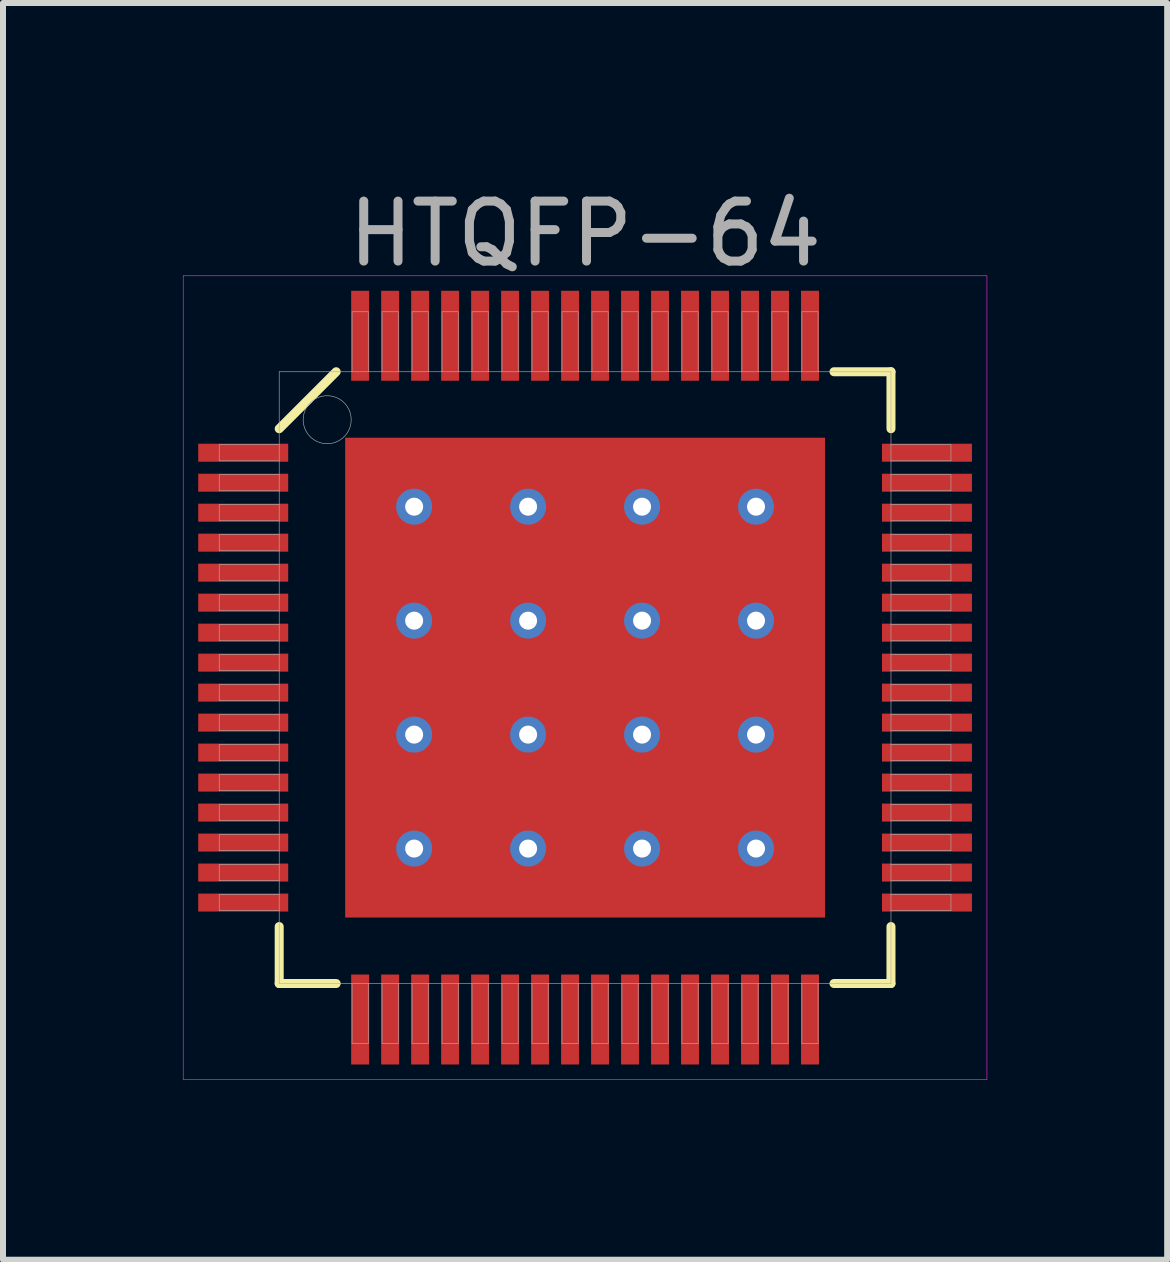
<source format=kicad_pcb>
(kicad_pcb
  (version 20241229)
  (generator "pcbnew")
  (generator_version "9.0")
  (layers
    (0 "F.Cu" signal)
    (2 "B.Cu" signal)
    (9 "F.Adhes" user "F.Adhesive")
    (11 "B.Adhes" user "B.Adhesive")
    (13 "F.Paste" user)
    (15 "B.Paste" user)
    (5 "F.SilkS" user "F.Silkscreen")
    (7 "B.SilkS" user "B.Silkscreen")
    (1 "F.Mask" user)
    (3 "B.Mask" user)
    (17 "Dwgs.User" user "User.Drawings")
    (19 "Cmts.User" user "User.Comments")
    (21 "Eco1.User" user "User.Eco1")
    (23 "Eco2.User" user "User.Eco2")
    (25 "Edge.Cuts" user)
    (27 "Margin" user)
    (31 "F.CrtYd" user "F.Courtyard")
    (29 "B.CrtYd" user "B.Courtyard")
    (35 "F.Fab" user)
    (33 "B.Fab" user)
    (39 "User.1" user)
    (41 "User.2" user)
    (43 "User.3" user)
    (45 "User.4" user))
  (footprint "HTQFP-64"
    (layer "F.Cu")
    (at 6.705 8.248)
    (property "Reference" "HTQFP-64" (at 0 -7.4 0) (layer "F.Fab") (effects (font (size 1 1) (thickness 0.15))))
    (attr through_hole)
    (fp_line (start -5.1 -4.15) (end -4.15 -5.1) (stroke (width 0.15) (type solid)) (layer "F.SilkS"))
    (fp_line (start -5.1 5.1) (end -5.1 4.15) (stroke (width 0.15) (type solid)) (layer "F.SilkS"))
    (fp_line (start -4.15 5.1) (end -5.1 5.1) (stroke (width 0.15) (type solid)) (layer "F.SilkS"))
    (fp_line (start 4.15 -5.1) (end 5.1 -5.1) (stroke (width 0.15) (type solid)) (layer "F.SilkS"))
    (fp_line (start 4.15 5.1) (end 5.1 5.1) (stroke (width 0.15) (type solid)) (layer "F.SilkS"))
    (fp_line (start 5.1 -5.1) (end 5.1 -4.15) (stroke (width 0.15) (type solid)) (layer "F.SilkS"))
    (fp_line (start 5.1 5.1) (end 5.1 4.15) (stroke (width 0.15) (type solid)) (layer "F.SilkS"))
    (fp_line (start -6.7 -6.7) (end 6.7 -6.7) (stroke (width 0.01) (type solid)) (layer "F.CrtYd"))
    (fp_line (start -6.7 6.7) (end -6.7 -6.7) (stroke (width 0.01) (type solid)) (layer "F.CrtYd"))
    (fp_line (start 6.7 -6.7) (end 6.7 6.7) (stroke (width 0.01) (type solid)) (layer "F.CrtYd"))
    (fp_line (start 6.7 6.7) (end -6.7 6.7) (stroke (width 0.01) (type solid)) (layer "F.CrtYd"))
    (fp_line (start -6.1 -3.885) (end -5.1 -3.885) (stroke (width 0.01) (type solid)) (layer "F.Fab"))
    (fp_line (start -6.1 -3.615) (end -6.1 -3.885) (stroke (width 0.01) (type solid)) (layer "F.Fab"))
    (fp_line (start -6.1 -3.385) (end -5.1 -3.385) (stroke (width 0.01) (type solid)) (layer "F.Fab"))
    (fp_line (start -6.1 -3.115) (end -6.1 -3.385) (stroke (width 0.01) (type solid)) (layer "F.Fab"))
    (fp_line (start -6.1 -2.885) (end -5.1 -2.885) (stroke (width 0.01) (type solid)) (layer "F.Fab"))
    (fp_line (start -6.1 -2.615) (end -6.1 -2.885) (stroke (width 0.01) (type solid)) (layer "F.Fab"))
    (fp_line (start -6.1 -2.385) (end -5.1 -2.385) (stroke (width 0.01) (type solid)) (layer "F.Fab"))
    (fp_line (start -6.1 -2.115) (end -6.1 -2.385) (stroke (width 0.01) (type solid)) (layer "F.Fab"))
    (fp_line (start -6.1 -1.885) (end -5.1 -1.885) (stroke (width 0.01) (type solid)) (layer "F.Fab"))
    (fp_line (start -6.1 -1.615) (end -6.1 -1.885) (stroke (width 0.01) (type solid)) (layer "F.Fab"))
    (fp_line (start -6.1 -1.385) (end -5.1 -1.385) (stroke (width 0.01) (type solid)) (layer "F.Fab"))
    (fp_line (start -6.1 -1.115) (end -6.1 -1.385) (stroke (width 0.01) (type solid)) (layer "F.Fab"))
    (fp_line (start -6.1 -0.885) (end -5.1 -0.885) (stroke (width 0.01) (type solid)) (layer "F.Fab"))
    (fp_line (start -6.1 -0.615) (end -6.1 -0.885) (stroke (width 0.01) (type solid)) (layer "F.Fab"))
    (fp_line (start -6.1 -0.385) (end -5.1 -0.385) (stroke (width 0.01) (type solid)) (layer "F.Fab"))
    (fp_line (start -6.1 -0.115) (end -6.1 -0.385) (stroke (width 0.01) (type solid)) (layer "F.Fab"))
    (fp_line (start -6.1 0.115) (end -5.1 0.115) (stroke (width 0.01) (type solid)) (layer "F.Fab"))
    (fp_line (start -6.1 0.385) (end -6.1 0.115) (stroke (width 0.01) (type solid)) (layer "F.Fab"))
    (fp_line (start -6.1 0.615) (end -5.1 0.615) (stroke (width 0.01) (type solid)) (layer "F.Fab"))
    (fp_line (start -6.1 0.885) (end -6.1 0.615) (stroke (width 0.01) (type solid)) (layer "F.Fab"))
    (fp_line (start -6.1 1.115) (end -5.1 1.115) (stroke (width 0.01) (type solid)) (layer "F.Fab"))
    (fp_line (start -6.1 1.385) (end -6.1 1.115) (stroke (width 0.01) (type solid)) (layer "F.Fab"))
    (fp_line (start -6.1 1.615) (end -5.1 1.615) (stroke (width 0.01) (type solid)) (layer "F.Fab"))
    (fp_line (start -6.1 1.885) (end -6.1 1.615) (stroke (width 0.01) (type solid)) (layer "F.Fab"))
    (fp_line (start -6.1 2.115) (end -5.1 2.115) (stroke (width 0.01) (type solid)) (layer "F.Fab"))
    (fp_line (start -6.1 2.385) (end -6.1 2.115) (stroke (width 0.01) (type solid)) (layer "F.Fab"))
    (fp_line (start -6.1 2.615) (end -5.1 2.615) (stroke (width 0.01) (type solid)) (layer "F.Fab"))
    (fp_line (start -6.1 2.885) (end -6.1 2.615) (stroke (width 0.01) (type solid)) (layer "F.Fab"))
    (fp_line (start -6.1 3.115) (end -5.1 3.115) (stroke (width 0.01) (type solid)) (layer "F.Fab"))
    (fp_line (start -6.1 3.385) (end -6.1 3.115) (stroke (width 0.01) (type solid)) (layer "F.Fab"))
    (fp_line (start -6.1 3.615) (end -5.1 3.615) (stroke (width 0.01) (type solid)) (layer "F.Fab"))
    (fp_line (start -6.1 3.885) (end -6.1 3.615) (stroke (width 0.01) (type solid)) (layer "F.Fab"))
    (fp_line (start -5.1 -5.1) (end 5.1 -5.1) (stroke (width 0.01) (type solid)) (layer "F.Fab"))
    (fp_line (start -5.1 -3.615) (end -6.1 -3.615) (stroke (width 0.01) (type solid)) (layer "F.Fab"))
    (fp_line (start -5.1 -3.115) (end -6.1 -3.115) (stroke (width 0.01) (type solid)) (layer "F.Fab"))
    (fp_line (start -5.1 -2.615) (end -6.1 -2.615) (stroke (width 0.01) (type solid)) (layer "F.Fab"))
    (fp_line (start -5.1 -2.115) (end -6.1 -2.115) (stroke (width 0.01) (type solid)) (layer "F.Fab"))
    (fp_line (start -5.1 -1.615) (end -6.1 -1.615) (stroke (width 0.01) (type solid)) (layer "F.Fab"))
    (fp_line (start -5.1 -1.115) (end -6.1 -1.115) (stroke (width 0.01) (type solid)) (layer "F.Fab"))
    (fp_line (start -5.1 -0.615) (end -6.1 -0.615) (stroke (width 0.01) (type solid)) (layer "F.Fab"))
    (fp_line (start -5.1 -0.115) (end -6.1 -0.115) (stroke (width 0.01) (type solid)) (layer "F.Fab"))
    (fp_line (start -5.1 0.385) (end -6.1 0.385) (stroke (width 0.01) (type solid)) (layer "F.Fab"))
    (fp_line (start -5.1 0.885) (end -6.1 0.885) (stroke (width 0.01) (type solid)) (layer "F.Fab"))
    (fp_line (start -5.1 1.385) (end -6.1 1.385) (stroke (width 0.01) (type solid)) (layer "F.Fab"))
    (fp_line (start -5.1 1.885) (end -6.1 1.885) (stroke (width 0.01) (type solid)) (layer "F.Fab"))
    (fp_line (start -5.1 2.385) (end -6.1 2.385) (stroke (width 0.01) (type solid)) (layer "F.Fab"))
    (fp_line (start -5.1 2.885) (end -6.1 2.885) (stroke (width 0.01) (type solid)) (layer "F.Fab"))
    (fp_line (start -5.1 3.385) (end -6.1 3.385) (stroke (width 0.01) (type solid)) (layer "F.Fab"))
    (fp_line (start -5.1 3.885) (end -6.1 3.885) (stroke (width 0.01) (type solid)) (layer "F.Fab"))
    (fp_line (start -5.1 5.1) (end -5.1 -5.1) (stroke (width 0.01) (type solid)) (layer "F.Fab"))
    (fp_line (start -3.885 -6.1) (end -3.615 -6.1) (stroke (width 0.01) (type solid)) (layer "F.Fab"))
    (fp_line (start -3.885 -5.1) (end -3.885 -6.1) (stroke (width 0.01) (type solid)) (layer "F.Fab"))
    (fp_line (start -3.885 6.1) (end -3.885 5.1) (stroke (width 0.01) (type solid)) (layer "F.Fab"))
    (fp_line (start -3.615 -6.1) (end -3.615 -5.1) (stroke (width 0.01) (type solid)) (layer "F.Fab"))
    (fp_line (start -3.615 5.1) (end -3.615 6.1) (stroke (width 0.01) (type solid)) (layer "F.Fab"))
    (fp_line (start -3.615 6.1) (end -3.885 6.1) (stroke (width 0.01) (type solid)) (layer "F.Fab"))
    (fp_line (start -3.385 -6.1) (end -3.115 -6.1) (stroke (width 0.01) (type solid)) (layer "F.Fab"))
    (fp_line (start -3.385 -5.1) (end -3.385 -6.1) (stroke (width 0.01) (type solid)) (layer "F.Fab"))
    (fp_line (start -3.385 6.1) (end -3.385 5.1) (stroke (width 0.01) (type solid)) (layer "F.Fab"))
    (fp_line (start -3.115 -6.1) (end -3.115 -5.1) (stroke (width 0.01) (type solid)) (layer "F.Fab"))
    (fp_line (start -3.115 5.1) (end -3.115 6.1) (stroke (width 0.01) (type solid)) (layer "F.Fab"))
    (fp_line (start -3.115 6.1) (end -3.385 6.1) (stroke (width 0.01) (type solid)) (layer "F.Fab"))
    (fp_line (start -2.885 -6.1) (end -2.615 -6.1) (stroke (width 0.01) (type solid)) (layer "F.Fab"))
    (fp_line (start -2.885 -5.1) (end -2.885 -6.1) (stroke (width 0.01) (type solid)) (layer "F.Fab"))
    (fp_line (start -2.885 6.1) (end -2.885 5.1) (stroke (width 0.01) (type solid)) (layer "F.Fab"))
    (fp_line (start -2.615 -6.1) (end -2.615 -5.1) (stroke (width 0.01) (type solid)) (layer "F.Fab"))
    (fp_line (start -2.615 5.1) (end -2.615 6.1) (stroke (width 0.01) (type solid)) (layer "F.Fab"))
    (fp_line (start -2.615 6.1) (end -2.885 6.1) (stroke (width 0.01) (type solid)) (layer "F.Fab"))
    (fp_line (start -2.385 -6.1) (end -2.115 -6.1) (stroke (width 0.01) (type solid)) (layer "F.Fab"))
    (fp_line (start -2.385 -5.1) (end -2.385 -6.1) (stroke (width 0.01) (type solid)) (layer "F.Fab"))
    (fp_line (start -2.385 6.1) (end -2.385 5.1) (stroke (width 0.01) (type solid)) (layer "F.Fab"))
    (fp_line (start -2.115 -6.1) (end -2.115 -5.1) (stroke (width 0.01) (type solid)) (layer "F.Fab"))
    (fp_line (start -2.115 5.1) (end -2.115 6.1) (stroke (width 0.01) (type solid)) (layer "F.Fab"))
    (fp_line (start -2.115 6.1) (end -2.385 6.1) (stroke (width 0.01) (type solid)) (layer "F.Fab"))
    (fp_line (start -1.885 -6.1) (end -1.615 -6.1) (stroke (width 0.01) (type solid)) (layer "F.Fab"))
    (fp_line (start -1.885 -5.1) (end -1.885 -6.1) (stroke (width 0.01) (type solid)) (layer "F.Fab"))
    (fp_line (start -1.885 6.1) (end -1.885 5.1) (stroke (width 0.01) (type solid)) (layer "F.Fab"))
    (fp_line (start -1.615 -6.1) (end -1.615 -5.1) (stroke (width 0.01) (type solid)) (layer "F.Fab"))
    (fp_line (start -1.615 5.1) (end -1.615 6.1) (stroke (width 0.01) (type solid)) (layer "F.Fab"))
    (fp_line (start -1.615 6.1) (end -1.885 6.1) (stroke (width 0.01) (type solid)) (layer "F.Fab"))
    (fp_line (start -1.385 -6.1) (end -1.115 -6.1) (stroke (width 0.01) (type solid)) (layer "F.Fab"))
    (fp_line (start -1.385 -5.1) (end -1.385 -6.1) (stroke (width 0.01) (type solid)) (layer "F.Fab"))
    (fp_line (start -1.385 6.1) (end -1.385 5.1) (stroke (width 0.01) (type solid)) (layer "F.Fab"))
    (fp_line (start -1.115 -6.1) (end -1.115 -5.1) (stroke (width 0.01) (type solid)) (layer "F.Fab"))
    (fp_line (start -1.115 5.1) (end -1.115 6.1) (stroke (width 0.01) (type solid)) (layer "F.Fab"))
    (fp_line (start -1.115 6.1) (end -1.385 6.1) (stroke (width 0.01) (type solid)) (layer "F.Fab"))
    (fp_line (start -0.885 -6.1) (end -0.615 -6.1) (stroke (width 0.01) (type solid)) (layer "F.Fab"))
    (fp_line (start -0.885 -5.1) (end -0.885 -6.1) (stroke (width 0.01) (type solid)) (layer "F.Fab"))
    (fp_line (start -0.885 6.1) (end -0.885 5.1) (stroke (width 0.01) (type solid)) (layer "F.Fab"))
    (fp_line (start -0.615 -6.1) (end -0.615 -5.1) (stroke (width 0.01) (type solid)) (layer "F.Fab"))
    (fp_line (start -0.615 5.1) (end -0.615 6.1) (stroke (width 0.01) (type solid)) (layer "F.Fab"))
    (fp_line (start -0.615 6.1) (end -0.885 6.1) (stroke (width 0.01) (type solid)) (layer "F.Fab"))
    (fp_line (start -0.385 -6.1) (end -0.115 -6.1) (stroke (width 0.01) (type solid)) (layer "F.Fab"))
    (fp_line (start -0.385 -5.1) (end -0.385 -6.1) (stroke (width 0.01) (type solid)) (layer "F.Fab"))
    (fp_line (start -0.385 6.1) (end -0.385 5.1) (stroke (width 0.01) (type solid)) (layer "F.Fab"))
    (fp_line (start -0.115 -6.1) (end -0.115 -5.1) (stroke (width 0.01) (type solid)) (layer "F.Fab"))
    (fp_line (start -0.115 5.1) (end -0.115 6.1) (stroke (width 0.01) (type solid)) (layer "F.Fab"))
    (fp_line (start -0.115 6.1) (end -0.385 6.1) (stroke (width 0.01) (type solid)) (layer "F.Fab"))
    (fp_line (start 0.115 -6.1) (end 0.385 -6.1) (stroke (width 0.01) (type solid)) (layer "F.Fab"))
    (fp_line (start 0.115 -5.1) (end 0.115 -6.1) (stroke (width 0.01) (type solid)) (layer "F.Fab"))
    (fp_line (start 0.115 6.1) (end 0.115 5.1) (stroke (width 0.01) (type solid)) (layer "F.Fab"))
    (fp_line (start 0.385 -6.1) (end 0.385 -5.1) (stroke (width 0.01) (type solid)) (layer "F.Fab"))
    (fp_line (start 0.385 5.1) (end 0.385 6.1) (stroke (width 0.01) (type solid)) (layer "F.Fab"))
    (fp_line (start 0.385 6.1) (end 0.115 6.1) (stroke (width 0.01) (type solid)) (layer "F.Fab"))
    (fp_line (start 0.615 -6.1) (end 0.885 -6.1) (stroke (width 0.01) (type solid)) (layer "F.Fab"))
    (fp_line (start 0.615 -5.1) (end 0.615 -6.1) (stroke (width 0.01) (type solid)) (layer "F.Fab"))
    (fp_line (start 0.615 6.1) (end 0.615 5.1) (stroke (width 0.01) (type solid)) (layer "F.Fab"))
    (fp_line (start 0.885 -6.1) (end 0.885 -5.1) (stroke (width 0.01) (type solid)) (layer "F.Fab"))
    (fp_line (start 0.885 5.1) (end 0.885 6.1) (stroke (width 0.01) (type solid)) (layer "F.Fab"))
    (fp_line (start 0.885 6.1) (end 0.615 6.1) (stroke (width 0.01) (type solid)) (layer "F.Fab"))
    (fp_line (start 1.115 -6.1) (end 1.385 -6.1) (stroke (width 0.01) (type solid)) (layer "F.Fab"))
    (fp_line (start 1.115 -5.1) (end 1.115 -6.1) (stroke (width 0.01) (type solid)) (layer "F.Fab"))
    (fp_line (start 1.115 6.1) (end 1.115 5.1) (stroke (width 0.01) (type solid)) (layer "F.Fab"))
    (fp_line (start 1.385 -6.1) (end 1.385 -5.1) (stroke (width 0.01) (type solid)) (layer "F.Fab"))
    (fp_line (start 1.385 5.1) (end 1.385 6.1) (stroke (width 0.01) (type solid)) (layer "F.Fab"))
    (fp_line (start 1.385 6.1) (end 1.115 6.1) (stroke (width 0.01) (type solid)) (layer "F.Fab"))
    (fp_line (start 1.615 -6.1) (end 1.885 -6.1) (stroke (width 0.01) (type solid)) (layer "F.Fab"))
    (fp_line (start 1.615 -5.1) (end 1.615 -6.1) (stroke (width 0.01) (type solid)) (layer "F.Fab"))
    (fp_line (start 1.615 6.1) (end 1.615 5.1) (stroke (width 0.01) (type solid)) (layer "F.Fab"))
    (fp_line (start 1.885 -6.1) (end 1.885 -5.1) (stroke (width 0.01) (type solid)) (layer "F.Fab"))
    (fp_line (start 1.885 5.1) (end 1.885 6.1) (stroke (width 0.01) (type solid)) (layer "F.Fab"))
    (fp_line (start 1.885 6.1) (end 1.615 6.1) (stroke (width 0.01) (type solid)) (layer "F.Fab"))
    (fp_line (start 2.115 -6.1) (end 2.385 -6.1) (stroke (width 0.01) (type solid)) (layer "F.Fab"))
    (fp_line (start 2.115 -5.1) (end 2.115 -6.1) (stroke (width 0.01) (type solid)) (layer "F.Fab"))
    (fp_line (start 2.115 6.1) (end 2.115 5.1) (stroke (width 0.01) (type solid)) (layer "F.Fab"))
    (fp_line (start 2.385 -6.1) (end 2.385 -5.1) (stroke (width 0.01) (type solid)) (layer "F.Fab"))
    (fp_line (start 2.385 5.1) (end 2.385 6.1) (stroke (width 0.01) (type solid)) (layer "F.Fab"))
    (fp_line (start 2.385 6.1) (end 2.115 6.1) (stroke (width 0.01) (type solid)) (layer "F.Fab"))
    (fp_line (start 2.615 -6.1) (end 2.885 -6.1) (stroke (width 0.01) (type solid)) (layer "F.Fab"))
    (fp_line (start 2.615 -5.1) (end 2.615 -6.1) (stroke (width 0.01) (type solid)) (layer "F.Fab"))
    (fp_line (start 2.615 6.1) (end 2.615 5.1) (stroke (width 0.01) (type solid)) (layer "F.Fab"))
    (fp_line (start 2.885 -6.1) (end 2.885 -5.1) (stroke (width 0.01) (type solid)) (layer "F.Fab"))
    (fp_line (start 2.885 5.1) (end 2.885 6.1) (stroke (width 0.01) (type solid)) (layer "F.Fab"))
    (fp_line (start 2.885 6.1) (end 2.615 6.1) (stroke (width 0.01) (type solid)) (layer "F.Fab"))
    (fp_line (start 3.115 -6.1) (end 3.385 -6.1) (stroke (width 0.01) (type solid)) (layer "F.Fab"))
    (fp_line (start 3.115 -5.1) (end 3.115 -6.1) (stroke (width 0.01) (type solid)) (layer "F.Fab"))
    (fp_line (start 3.115 6.1) (end 3.115 5.1) (stroke (width 0.01) (type solid)) (layer "F.Fab"))
    (fp_line (start 3.385 -6.1) (end 3.385 -5.1) (stroke (width 0.01) (type solid)) (layer "F.Fab"))
    (fp_line (start 3.385 5.1) (end 3.385 6.1) (stroke (width 0.01) (type solid)) (layer "F.Fab"))
    (fp_line (start 3.385 6.1) (end 3.115 6.1) (stroke (width 0.01) (type solid)) (layer "F.Fab"))
    (fp_line (start 3.615 -6.1) (end 3.885 -6.1) (stroke (width 0.01) (type solid)) (layer "F.Fab"))
    (fp_line (start 3.615 -5.1) (end 3.615 -6.1) (stroke (width 0.01) (type solid)) (layer "F.Fab"))
    (fp_line (start 3.615 6.1) (end 3.615 5.1) (stroke (width 0.01) (type solid)) (layer "F.Fab"))
    (fp_line (start 3.885 -6.1) (end 3.885 -5.1) (stroke (width 0.01) (type solid)) (layer "F.Fab"))
    (fp_line (start 3.885 5.1) (end 3.885 6.1) (stroke (width 0.01) (type solid)) (layer "F.Fab"))
    (fp_line (start 3.885 6.1) (end 3.615 6.1) (stroke (width 0.01) (type solid)) (layer "F.Fab"))
    (fp_line (start 5.1 -5.1) (end 5.1 5.1) (stroke (width 0.01) (type solid)) (layer "F.Fab"))
    (fp_line (start 5.1 -3.885) (end 6.1 -3.885) (stroke (width 0.01) (type solid)) (layer "F.Fab"))
    (fp_line (start 5.1 -3.385) (end 6.1 -3.385) (stroke (width 0.01) (type solid)) (layer "F.Fab"))
    (fp_line (start 5.1 -2.885) (end 6.1 -2.885) (stroke (width 0.01) (type solid)) (layer "F.Fab"))
    (fp_line (start 5.1 -2.385) (end 6.1 -2.385) (stroke (width 0.01) (type solid)) (layer "F.Fab"))
    (fp_line (start 5.1 -1.885) (end 6.1 -1.885) (stroke (width 0.01) (type solid)) (layer "F.Fab"))
    (fp_line (start 5.1 -1.385) (end 6.1 -1.385) (stroke (width 0.01) (type solid)) (layer "F.Fab"))
    (fp_line (start 5.1 -0.885) (end 6.1 -0.885) (stroke (width 0.01) (type solid)) (layer "F.Fab"))
    (fp_line (start 5.1 -0.385) (end 6.1 -0.385) (stroke (width 0.01) (type solid)) (layer "F.Fab"))
    (fp_line (start 5.1 0.115) (end 6.1 0.115) (stroke (width 0.01) (type solid)) (layer "F.Fab"))
    (fp_line (start 5.1 0.615) (end 6.1 0.615) (stroke (width 0.01) (type solid)) (layer "F.Fab"))
    (fp_line (start 5.1 1.115) (end 6.1 1.115) (stroke (width 0.01) (type solid)) (layer "F.Fab"))
    (fp_line (start 5.1 1.615) (end 6.1 1.615) (stroke (width 0.01) (type solid)) (layer "F.Fab"))
    (fp_line (start 5.1 2.115) (end 6.1 2.115) (stroke (width 0.01) (type solid)) (layer "F.Fab"))
    (fp_line (start 5.1 2.615) (end 6.1 2.615) (stroke (width 0.01) (type solid)) (layer "F.Fab"))
    (fp_line (start 5.1 3.115) (end 6.1 3.115) (stroke (width 0.01) (type solid)) (layer "F.Fab"))
    (fp_line (start 5.1 3.615) (end 6.1 3.615) (stroke (width 0.01) (type solid)) (layer "F.Fab"))
    (fp_line (start 5.1 5.1) (end -5.1 5.1) (stroke (width 0.01) (type solid)) (layer "F.Fab"))
    (fp_line (start 6.1 -3.885) (end 6.1 -3.615) (stroke (width 0.01) (type solid)) (layer "F.Fab"))
    (fp_line (start 6.1 -3.615) (end 5.1 -3.615) (stroke (width 0.01) (type solid)) (layer "F.Fab"))
    (fp_line (start 6.1 -3.385) (end 6.1 -3.115) (stroke (width 0.01) (type solid)) (layer "F.Fab"))
    (fp_line (start 6.1 -3.115) (end 5.1 -3.115) (stroke (width 0.01) (type solid)) (layer "F.Fab"))
    (fp_line (start 6.1 -2.885) (end 6.1 -2.615) (stroke (width 0.01) (type solid)) (layer "F.Fab"))
    (fp_line (start 6.1 -2.615) (end 5.1 -2.615) (stroke (width 0.01) (type solid)) (layer "F.Fab"))
    (fp_line (start 6.1 -2.385) (end 6.1 -2.115) (stroke (width 0.01) (type solid)) (layer "F.Fab"))
    (fp_line (start 6.1 -2.115) (end 5.1 -2.115) (stroke (width 0.01) (type solid)) (layer "F.Fab"))
    (fp_line (start 6.1 -1.885) (end 6.1 -1.615) (stroke (width 0.01) (type solid)) (layer "F.Fab"))
    (fp_line (start 6.1 -1.615) (end 5.1 -1.615) (stroke (width 0.01) (type solid)) (layer "F.Fab"))
    (fp_line (start 6.1 -1.385) (end 6.1 -1.115) (stroke (width 0.01) (type solid)) (layer "F.Fab"))
    (fp_line (start 6.1 -1.115) (end 5.1 -1.115) (stroke (width 0.01) (type solid)) (layer "F.Fab"))
    (fp_line (start 6.1 -0.885) (end 6.1 -0.615) (stroke (width 0.01) (type solid)) (layer "F.Fab"))
    (fp_line (start 6.1 -0.615) (end 5.1 -0.615) (stroke (width 0.01) (type solid)) (layer "F.Fab"))
    (fp_line (start 6.1 -0.385) (end 6.1 -0.115) (stroke (width 0.01) (type solid)) (layer "F.Fab"))
    (fp_line (start 6.1 -0.115) (end 5.1 -0.115) (stroke (width 0.01) (type solid)) (layer "F.Fab"))
    (fp_line (start 6.1 0.115) (end 6.1 0.385) (stroke (width 0.01) (type solid)) (layer "F.Fab"))
    (fp_line (start 6.1 0.385) (end 5.1 0.385) (stroke (width 0.01) (type solid)) (layer "F.Fab"))
    (fp_line (start 6.1 0.615) (end 6.1 0.885) (stroke (width 0.01) (type solid)) (layer "F.Fab"))
    (fp_line (start 6.1 0.885) (end 5.1 0.885) (stroke (width 0.01) (type solid)) (layer "F.Fab"))
    (fp_line (start 6.1 1.115) (end 6.1 1.385) (stroke (width 0.01) (type solid)) (layer "F.Fab"))
    (fp_line (start 6.1 1.385) (end 5.1 1.385) (stroke (width 0.01) (type solid)) (layer "F.Fab"))
    (fp_line (start 6.1 1.615) (end 6.1 1.885) (stroke (width 0.01) (type solid)) (layer "F.Fab"))
    (fp_line (start 6.1 1.885) (end 5.1 1.885) (stroke (width 0.01) (type solid)) (layer "F.Fab"))
    (fp_line (start 6.1 2.115) (end 6.1 2.385) (stroke (width 0.01) (type solid)) (layer "F.Fab"))
    (fp_line (start 6.1 2.385) (end 5.1 2.385) (stroke (width 0.01) (type solid)) (layer "F.Fab"))
    (fp_line (start 6.1 2.615) (end 6.1 2.885) (stroke (width 0.01) (type solid)) (layer "F.Fab"))
    (fp_line (start 6.1 2.885) (end 5.1 2.885) (stroke (width 0.01) (type solid)) (layer "F.Fab"))
    (fp_line (start 6.1 3.115) (end 6.1 3.385) (stroke (width 0.01) (type solid)) (layer "F.Fab"))
    (fp_line (start 6.1 3.385) (end 5.1 3.385) (stroke (width 0.01) (type solid)) (layer "F.Fab"))
    (fp_line (start 6.1 3.615) (end 6.1 3.885) (stroke (width 0.01) (type solid)) (layer "F.Fab"))
    (fp_line (start 6.1 3.885) (end 5.1 3.885) (stroke (width 0.01) (type solid)) (layer "F.Fab"))
    (fp_circle (center -4.3 -4.3) (end -4.3 -3.9) (stroke (width 0.01) (type solid)) (fill no) (layer "F.Fab"))
    (pad "" smd rect (at 0 0) (size 7 7) (layers "F.Mask"))
    (pad "" smd rect (at 0 0) (size 7 7) (layers "F.Paste"))
    (pad "1" smd rect (at -5.7 -3.75) (size 1.5 0.3) (layers "F.Cu" "F.Mask" "F.Paste"))
    (pad "2" smd rect (at -5.7 -3.25) (size 1.5 0.3) (layers "F.Cu" "F.Mask" "F.Paste"))
    (pad "3" smd rect (at -5.7 -2.75) (size 1.5 0.3) (layers "F.Cu" "F.Mask" "F.Paste"))
    (pad "4" smd rect (at -5.7 -2.25) (size 1.5 0.3) (layers "F.Cu" "F.Mask" "F.Paste"))
    (pad "5" smd rect (at -5.7 -1.75) (size 1.5 0.3) (layers "F.Cu" "F.Mask" "F.Paste"))
    (pad "6" smd rect (at -5.7 -1.25) (size 1.5 0.3) (layers "F.Cu" "F.Mask" "F.Paste"))
    (pad "7" smd rect (at -5.7 -0.75) (size 1.5 0.3) (layers "F.Cu" "F.Mask" "F.Paste"))
    (pad "8" smd rect (at -5.7 -0.25) (size 1.5 0.3) (layers "F.Cu" "F.Mask" "F.Paste"))
    (pad "9" smd rect (at -5.7 0.25) (size 1.5 0.3) (layers "F.Cu" "F.Mask" "F.Paste"))
    (pad "10" smd rect (at -5.7 0.75) (size 1.5 0.3) (layers "F.Cu" "F.Mask" "F.Paste"))
    (pad "11" smd rect (at -5.7 1.25) (size 1.5 0.3) (layers "F.Cu" "F.Mask" "F.Paste"))
    (pad "12" smd rect (at -5.7 1.75) (size 1.5 0.3) (layers "F.Cu" "F.Mask" "F.Paste"))
    (pad "13" smd rect (at -5.7 2.25) (size 1.5 0.3) (layers "F.Cu" "F.Mask" "F.Paste"))
    (pad "14" smd rect (at -5.7 2.75) (size 1.5 0.3) (layers "F.Cu" "F.Mask" "F.Paste"))
    (pad "15" smd rect (at -5.7 3.25) (size 1.5 0.3) (layers "F.Cu" "F.Mask" "F.Paste"))
    (pad "16" smd rect (at -5.7 3.75) (size 1.5 0.3) (layers "F.Cu" "F.Mask" "F.Paste"))
    (pad "17" smd rect (at -3.75 5.7) (size 0.3 1.5) (layers "F.Cu" "F.Mask" "F.Paste"))
    (pad "18" smd rect (at -3.25 5.7) (size 0.3 1.5) (layers "F.Cu" "F.Mask" "F.Paste"))
    (pad "19" smd rect (at -2.75 5.7) (size 0.3 1.5) (layers "F.Cu" "F.Mask" "F.Paste"))
    (pad "20" smd rect (at -2.25 5.7) (size 0.3 1.5) (layers "F.Cu" "F.Mask" "F.Paste"))
    (pad "21" smd rect (at -1.75 5.7) (size 0.3 1.5) (layers "F.Cu" "F.Mask" "F.Paste"))
    (pad "22" smd rect (at -1.25 5.7) (size 0.3 1.5) (layers "F.Cu" "F.Mask" "F.Paste"))
    (pad "23" smd rect (at -0.75 5.7) (size 0.3 1.5) (layers "F.Cu" "F.Mask" "F.Paste"))
    (pad "24" smd rect (at -0.25 5.7) (size 0.3 1.5) (layers "F.Cu" "F.Mask" "F.Paste"))
    (pad "25" smd rect (at 0.25 5.7) (size 0.3 1.5) (layers "F.Cu" "F.Mask" "F.Paste"))
    (pad "26" smd rect (at 0.75 5.7) (size 0.3 1.5) (layers "F.Cu" "F.Mask" "F.Paste"))
    (pad "27" smd rect (at 1.25 5.7) (size 0.3 1.5) (layers "F.Cu" "F.Mask" "F.Paste"))
    (pad "28" smd rect (at 1.75 5.7) (size 0.3 1.5) (layers "F.Cu" "F.Mask" "F.Paste"))
    (pad "29" smd rect (at 2.25 5.7) (size 0.3 1.5) (layers "F.Cu" "F.Mask" "F.Paste"))
    (pad "30" smd rect (at 2.75 5.7) (size 0.3 1.5) (layers "F.Cu" "F.Mask" "F.Paste"))
    (pad "31" smd rect (at 3.25 5.7) (size 0.3 1.5) (layers "F.Cu" "F.Mask" "F.Paste"))
    (pad "32" smd rect (at 3.75 5.7) (size 0.3 1.5) (layers "F.Cu" "F.Mask" "F.Paste"))
    (pad "33" smd rect (at 5.7 3.75) (size 1.5 0.3) (layers "F.Cu" "F.Mask" "F.Paste"))
    (pad "34" smd rect (at 5.7 3.25) (size 1.5 0.3) (layers "F.Cu" "F.Mask" "F.Paste"))
    (pad "35" smd rect (at 5.7 2.75) (size 1.5 0.3) (layers "F.Cu" "F.Mask" "F.Paste"))
    (pad "36" smd rect (at 5.7 2.25) (size 1.5 0.3) (layers "F.Cu" "F.Mask" "F.Paste"))
    (pad "37" smd rect (at 5.7 1.75) (size 1.5 0.3) (layers "F.Cu" "F.Mask" "F.Paste"))
    (pad "38" smd rect (at 5.7 1.25) (size 1.5 0.3) (layers "F.Cu" "F.Mask" "F.Paste"))
    (pad "39" smd rect (at 5.7 0.75) (size 1.5 0.3) (layers "F.Cu" "F.Mask" "F.Paste"))
    (pad "40" smd rect (at 5.7 0.25) (size 1.5 0.3) (layers "F.Cu" "F.Mask" "F.Paste"))
    (pad "41" smd rect (at 5.7 -0.25) (size 1.5 0.3) (layers "F.Cu" "F.Mask" "F.Paste"))
    (pad "42" smd rect (at 5.7 -0.75) (size 1.5 0.3) (layers "F.Cu" "F.Mask" "F.Paste"))
    (pad "43" smd rect (at 5.7 -1.25) (size 1.5 0.3) (layers "F.Cu" "F.Mask" "F.Paste"))
    (pad "44" smd rect (at 5.7 -1.75) (size 1.5 0.3) (layers "F.Cu" "F.Mask" "F.Paste"))
    (pad "45" smd rect (at 5.7 -2.25) (size 1.5 0.3) (layers "F.Cu" "F.Mask" "F.Paste"))
    (pad "46" smd rect (at 5.7 -2.75) (size 1.5 0.3) (layers "F.Cu" "F.Mask" "F.Paste"))
    (pad "47" smd rect (at 5.7 -3.25) (size 1.5 0.3) (layers "F.Cu" "F.Mask" "F.Paste"))
    (pad "48" smd rect (at 5.7 -3.75) (size 1.5 0.3) (layers "F.Cu" "F.Mask" "F.Paste"))
    (pad "49" smd rect (at 3.75 -5.7) (size 0.3 1.5) (layers "F.Cu" "F.Mask" "F.Paste"))
    (pad "50" smd rect (at 3.25 -5.7) (size 0.3 1.5) (layers "F.Cu" "F.Mask" "F.Paste"))
    (pad "51" smd rect (at 2.75 -5.7) (size 0.3 1.5) (layers "F.Cu" "F.Mask" "F.Paste"))
    (pad "52" smd rect (at 2.25 -5.7) (size 0.3 1.5) (layers "F.Cu" "F.Mask" "F.Paste"))
    (pad "53" smd rect (at 1.75 -5.7) (size 0.3 1.5) (layers "F.Cu" "F.Mask" "F.Paste"))
    (pad "54" smd rect (at 1.25 -5.7) (size 0.3 1.5) (layers "F.Cu" "F.Mask" "F.Paste"))
    (pad "55" smd rect (at 0.75 -5.7) (size 0.3 1.5) (layers "F.Cu" "F.Mask" "F.Paste"))
    (pad "56" smd rect (at 0.25 -5.7) (size 0.3 1.5) (layers "F.Cu" "F.Mask" "F.Paste"))
    (pad "57" smd rect (at -0.25 -5.7) (size 0.3 1.5) (layers "F.Cu" "F.Mask" "F.Paste"))
    (pad "58" smd rect (at -0.75 -5.7) (size 0.3 1.5) (layers "F.Cu" "F.Mask" "F.Paste"))
    (pad "59" smd rect (at -1.25 -5.7) (size 0.3 1.5) (layers "F.Cu" "F.Mask" "F.Paste"))
    (pad "60" smd rect (at -1.75 -5.7) (size 0.3 1.5) (layers "F.Cu" "F.Mask" "F.Paste"))
    (pad "61" smd rect (at -2.25 -5.7) (size 0.3 1.5) (layers "F.Cu" "F.Mask" "F.Paste"))
    (pad "62" smd rect (at -2.75 -5.7) (size 0.3 1.5) (layers "F.Cu" "F.Mask" "F.Paste"))
    (pad "63" smd rect (at -3.25 -5.7) (size 0.3 1.5) (layers "F.Cu" "F.Mask" "F.Paste"))
    (pad "64" smd rect (at -3.75 -5.7) (size 0.3 1.5) (layers "F.Cu" "F.Mask" "F.Paste"))
    (pad "EP" thru_hole circle (at -2.85 -2.85) (size 0.6 0.6) (drill 0.3) (layers "*.Cu"))
    (pad "EP" thru_hole circle (at -2.85 -0.95) (size 0.6 0.6) (drill 0.3) (layers "*.Cu"))
    (pad "EP" thru_hole circle (at -2.85 0.95) (size 0.6 0.6) (drill 0.3) (layers "*.Cu"))
    (pad "EP" thru_hole circle (at -2.85 2.85) (size 0.6 0.6) (drill 0.3) (layers "*.Cu"))
    (pad "EP" thru_hole circle (at -0.95 -2.85) (size 0.6 0.6) (drill 0.3) (layers "*.Cu"))
    (pad "EP" thru_hole circle (at -0.95 -0.95) (size 0.6 0.6) (drill 0.3) (layers "*.Cu"))
    (pad "EP" thru_hole circle (at -0.95 0.95) (size 0.6 0.6) (drill 0.3) (layers "*.Cu"))
    (pad "EP" thru_hole circle (at -0.95 2.85) (size 0.6 0.6) (drill 0.3) (layers "*.Cu"))
    (pad "EP" smd rect (at 0 0) (size 8 8) (layers "F.Cu"))
    (pad "EP" thru_hole circle (at 0.95 -2.85) (size 0.6 0.6) (drill 0.3) (layers "*.Cu"))
    (pad "EP" thru_hole circle (at 0.95 -0.95) (size 0.6 0.6) (drill 0.3) (layers "*.Cu"))
    (pad "EP" thru_hole circle (at 0.95 0.95) (size 0.6 0.6) (drill 0.3) (layers "*.Cu"))
    (pad "EP" thru_hole circle (at 0.95 2.85) (size 0.6 0.6) (drill 0.3) (layers "*.Cu"))
    (pad "EP" thru_hole circle (at 2.85 -2.85) (size 0.6 0.6) (drill 0.3) (layers "*.Cu"))
    (pad "EP" thru_hole circle (at 2.85 -0.95) (size 0.6 0.6) (drill 0.3) (layers "*.Cu"))
    (pad "EP" thru_hole circle (at 2.85 0.95) (size 0.6 0.6) (drill 0.3) (layers "*.Cu"))
    (pad "EP" thru_hole circle (at 2.85 2.85) (size 0.6 0.6) (drill 0.3) (layers "*.Cu")))
  (gr_rect
    (start -3 -3)
    (end 16.41 17.953)
    (stroke (width 0.1) (type default))
    (fill no)
    (layer "Edge.Cuts")))
</source>
